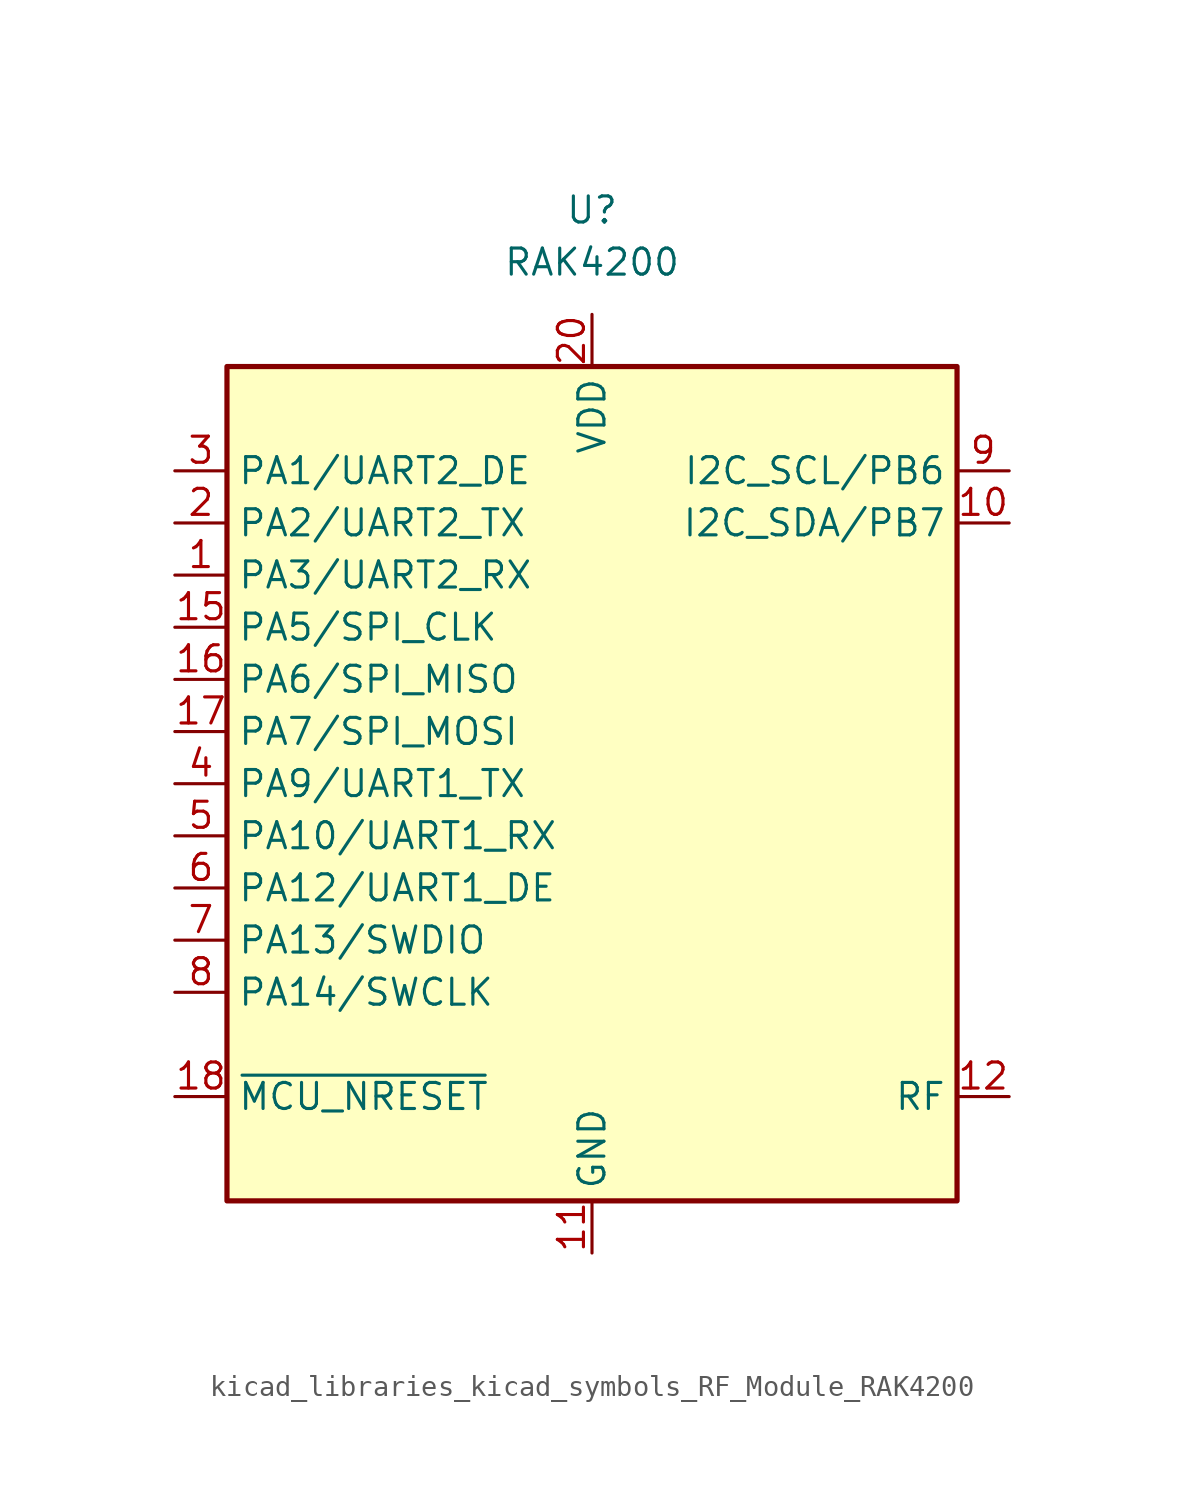
<source format=kicad_sym>
(kicad_symbol_lib
  (version 20220914)
  (generator kicad_symbol_editor)
  (symbol "kicad_libraries_kicad_symbols_RF_Module_RAK4200"
    (property "Reference" "U"
      (at 0 27.94 0)
      (effects (font (size 1.27 1.27))))
    (property "Value" "RAK4200"
      (at 0 25.4 0)
      (effects (font (size 1.27 1.27))))
    (symbol "kicad_libraries_kicad_symbols_RF_Module_RAK4200_0_1"
      (rectangle (start -17.78 20.32) (end 17.78 -20.32) (stroke (width 0.254) (type default)) (fill (type background))))
    (symbol "kicad_libraries_kicad_symbols_RF_Module_RAK4200_1_1"
      (pin bidirectional line (at -20.32 10.16 0) (length 2.54) (name "PA3/UART2_RX" (effects (font (size 1.27 1.27)))) (number "1" (effects (font (size 1.27 1.27)))))
      (pin bidirectional line (at 20.32 12.7 180) (length 2.54) (name "I2C_SDA/PB7" (effects (font (size 1.27 1.27)))) (number "10" (effects (font (size 1.27 1.27)))))
      (pin power_in line (at 0 -22.86 90) (length 2.54) (name "GND" (effects (font (size 1.27 1.27)))) (number "11" (effects (font (size 1.27 1.27)))))
      (pin passive line (at 20.32 -15.24 180) (length 2.54) (name "RF" (effects (font (size 1.27 1.27)))) (number "12" (effects (font (size 1.27 1.27)))))
      (pin passive line (at 0 -22.86 90) (length 2.54) hide (name "GND" (effects (font (size 1.27 1.27)))) (number "13" (effects (font (size 1.27 1.27)))))
      (pin passive line (at 0 -22.86 90) (length 2.54) hide (name "GND" (effects (font (size 1.27 1.27)))) (number "14" (effects (font (size 1.27 1.27)))))
      (pin bidirectional line (at -20.32 7.62 0) (length 2.54) (name "PA5/SPI_CLK" (effects (font (size 1.27 1.27)))) (number "15" (effects (font (size 1.27 1.27)))))
      (pin bidirectional line (at -20.32 5.08 0) (length 2.54) (name "PA6/SPI_MISO" (effects (font (size 1.27 1.27)))) (number "16" (effects (font (size 1.27 1.27)))))
      (pin bidirectional line (at -20.32 2.54 0) (length 2.54) (name "PA7/SPI_MOSI" (effects (font (size 1.27 1.27)))) (number "17" (effects (font (size 1.27 1.27)))))
      (pin bidirectional line (at -20.32 -15.24 0) (length 2.54) (name "~{MCU_NRESET}" (effects (font (size 1.27 1.27)))) (number "18" (effects (font (size 1.27 1.27)))))
      (pin passive line (at 0 -22.86 90) (length 2.54) hide (name "GND" (effects (font (size 1.27 1.27)))) (number "19" (effects (font (size 1.27 1.27)))))
      (pin bidirectional line (at -20.32 12.7 0) (length 2.54) (name "PA2/UART2_TX" (effects (font (size 1.27 1.27)))) (number "2" (effects (font (size 1.27 1.27)))))
      (pin power_in line (at 0 22.86 270) (length 2.54) (name "VDD" (effects (font (size 1.27 1.27)))) (number "20" (effects (font (size 1.27 1.27)))))
      (pin bidirectional line (at -20.32 15.24 0) (length 2.54) (name "PA1/UART2_DE" (effects (font (size 1.27 1.27)))) (number "3" (effects (font (size 1.27 1.27)))))
      (pin bidirectional line (at -20.32 0 0) (length 2.54) (name "PA9/UART1_TX" (effects (font (size 1.27 1.27)))) (number "4" (effects (font (size 1.27 1.27)))))
      (pin bidirectional line (at -20.32 -2.54 0) (length 2.54) (name "PA10/UART1_RX" (effects (font (size 1.27 1.27)))) (number "5" (effects (font (size 1.27 1.27)))))
      (pin bidirectional line (at -20.32 -5.08 0) (length 2.54) (name "PA12/UART1_DE" (effects (font (size 1.27 1.27)))) (number "6" (effects (font (size 1.27 1.27)))))
      (pin bidirectional line (at -20.32 -7.62 0) (length 2.54) (name "PA13/SWDIO" (effects (font (size 1.27 1.27)))) (number "7" (effects (font (size 1.27 1.27)))))
      (pin bidirectional line (at -20.32 -10.16 0) (length 2.54) (name "PA14/SWCLK" (effects (font (size 1.27 1.27)))) (number "8" (effects (font (size 1.27 1.27)))))
      (pin bidirectional line (at 20.32 15.24 180) (length 2.54) (name "I2C_SCL/PB6" (effects (font (size 1.27 1.27)))) (number "9" (effects (font (size 1.27 1.27))))))))
</source>
